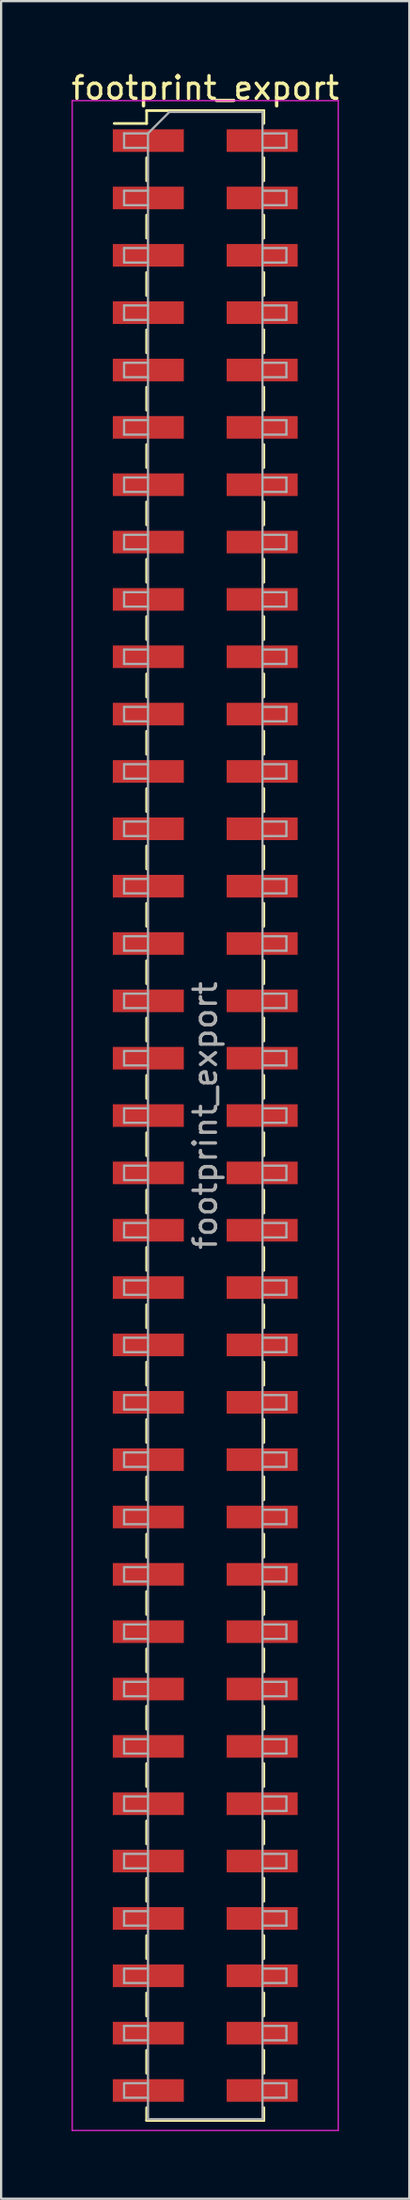
<source format=kicad_pcb>
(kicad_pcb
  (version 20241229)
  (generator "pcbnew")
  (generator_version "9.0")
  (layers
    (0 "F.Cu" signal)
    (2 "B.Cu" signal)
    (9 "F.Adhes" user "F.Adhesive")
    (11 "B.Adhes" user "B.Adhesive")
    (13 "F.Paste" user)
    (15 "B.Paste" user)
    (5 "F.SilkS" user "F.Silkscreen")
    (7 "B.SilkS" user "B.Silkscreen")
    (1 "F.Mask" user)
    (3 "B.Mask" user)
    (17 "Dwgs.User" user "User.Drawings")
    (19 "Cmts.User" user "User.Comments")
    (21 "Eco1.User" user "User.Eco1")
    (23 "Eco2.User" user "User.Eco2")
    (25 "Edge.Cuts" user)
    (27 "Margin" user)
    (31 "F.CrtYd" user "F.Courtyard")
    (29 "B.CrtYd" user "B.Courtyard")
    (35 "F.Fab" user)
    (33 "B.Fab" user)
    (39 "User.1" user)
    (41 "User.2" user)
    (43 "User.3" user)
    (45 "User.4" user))
  (footprint "footprint_export"
    (layer "F.Cu")
    (at 6.054 46.358)
    (property "Reference" "footprint_export" (at 0 -45.51 0) (layer "F.SilkS") (effects (font (size 1 1) (thickness 0.15))))
    (attr smd)
    (fp_line (start -4.04 -43.94) (end -2.6 -43.94) (stroke (width 0.12) (type solid)) (layer "F.SilkS"))
    (fp_line (start -2.6 -44.51) (end -2.6 -43.94) (stroke (width 0.12) (type solid)) (layer "F.SilkS"))
    (fp_line (start -2.6 -44.51) (end 2.6 -44.51) (stroke (width 0.12) (type solid)) (layer "F.SilkS"))
    (fp_line (start -2.6 -42.42) (end -2.6 -41.4) (stroke (width 0.12) (type solid)) (layer "F.SilkS"))
    (fp_line (start -2.6 -39.88) (end -2.6 -38.86) (stroke (width 0.12) (type solid)) (layer "F.SilkS"))
    (fp_line (start -2.6 -37.34) (end -2.6 -36.32) (stroke (width 0.12) (type solid)) (layer "F.SilkS"))
    (fp_line (start -2.6 -34.8) (end -2.6 -33.78) (stroke (width 0.12) (type solid)) (layer "F.SilkS"))
    (fp_line (start -2.6 -32.26) (end -2.6 -31.24) (stroke (width 0.12) (type solid)) (layer "F.SilkS"))
    (fp_line (start -2.6 -29.72) (end -2.6 -28.7) (stroke (width 0.12) (type solid)) (layer "F.SilkS"))
    (fp_line (start -2.6 -27.18) (end -2.6 -26.16) (stroke (width 0.12) (type solid)) (layer "F.SilkS"))
    (fp_line (start -2.6 -24.64) (end -2.6 -23.62) (stroke (width 0.12) (type solid)) (layer "F.SilkS"))
    (fp_line (start -2.6 -22.1) (end -2.6 -21.08) (stroke (width 0.12) (type solid)) (layer "F.SilkS"))
    (fp_line (start -2.6 -19.56) (end -2.6 -18.54) (stroke (width 0.12) (type solid)) (layer "F.SilkS"))
    (fp_line (start -2.6 -17.02) (end -2.6 -16) (stroke (width 0.12) (type solid)) (layer "F.SilkS"))
    (fp_line (start -2.6 -14.48) (end -2.6 -13.46) (stroke (width 0.12) (type solid)) (layer "F.SilkS"))
    (fp_line (start -2.6 -11.94) (end -2.6 -10.92) (stroke (width 0.12) (type solid)) (layer "F.SilkS"))
    (fp_line (start -2.6 -9.4) (end -2.6 -8.38) (stroke (width 0.12) (type solid)) (layer "F.SilkS"))
    (fp_line (start -2.6 -6.86) (end -2.6 -5.84) (stroke (width 0.12) (type solid)) (layer "F.SilkS"))
    (fp_line (start -2.6 -4.32) (end -2.6 -3.3) (stroke (width 0.12) (type solid)) (layer "F.SilkS"))
    (fp_line (start -2.6 -1.78) (end -2.6 -0.76) (stroke (width 0.12) (type solid)) (layer "F.SilkS"))
    (fp_line (start -2.6 0.76) (end -2.6 1.78) (stroke (width 0.12) (type solid)) (layer "F.SilkS"))
    (fp_line (start -2.6 3.3) (end -2.6 4.32) (stroke (width 0.12) (type solid)) (layer "F.SilkS"))
    (fp_line (start -2.6 5.84) (end -2.6 6.86) (stroke (width 0.12) (type solid)) (layer "F.SilkS"))
    (fp_line (start -2.6 8.38) (end -2.6 9.4) (stroke (width 0.12) (type solid)) (layer "F.SilkS"))
    (fp_line (start -2.6 10.92) (end -2.6 11.94) (stroke (width 0.12) (type solid)) (layer "F.SilkS"))
    (fp_line (start -2.6 13.46) (end -2.6 14.48) (stroke (width 0.12) (type solid)) (layer "F.SilkS"))
    (fp_line (start -2.6 16) (end -2.6 17.02) (stroke (width 0.12) (type solid)) (layer "F.SilkS"))
    (fp_line (start -2.6 18.54) (end -2.6 19.56) (stroke (width 0.12) (type solid)) (layer "F.SilkS"))
    (fp_line (start -2.6 21.08) (end -2.6 22.1) (stroke (width 0.12) (type solid)) (layer "F.SilkS"))
    (fp_line (start -2.6 23.62) (end -2.6 24.64) (stroke (width 0.12) (type solid)) (layer "F.SilkS"))
    (fp_line (start -2.6 26.16) (end -2.6 27.18) (stroke (width 0.12) (type solid)) (layer "F.SilkS"))
    (fp_line (start -2.6 28.7) (end -2.6 29.72) (stroke (width 0.12) (type solid)) (layer "F.SilkS"))
    (fp_line (start -2.6 31.24) (end -2.6 32.26) (stroke (width 0.12) (type solid)) (layer "F.SilkS"))
    (fp_line (start -2.6 33.78) (end -2.6 34.8) (stroke (width 0.12) (type solid)) (layer "F.SilkS"))
    (fp_line (start -2.6 36.32) (end -2.6 37.34) (stroke (width 0.12) (type solid)) (layer "F.SilkS"))
    (fp_line (start -2.6 38.86) (end -2.6 39.88) (stroke (width 0.12) (type solid)) (layer "F.SilkS"))
    (fp_line (start -2.6 41.4) (end -2.6 42.42) (stroke (width 0.12) (type solid)) (layer "F.SilkS"))
    (fp_line (start -2.6 43.94) (end -2.6 44.51) (stroke (width 0.12) (type solid)) (layer "F.SilkS"))
    (fp_line (start -2.6 44.51) (end 2.6 44.51) (stroke (width 0.12) (type solid)) (layer "F.SilkS"))
    (fp_line (start 2.6 -44.51) (end 2.6 -43.94) (stroke (width 0.12) (type solid)) (layer "F.SilkS"))
    (fp_line (start 2.6 -42.42) (end 2.6 -41.4) (stroke (width 0.12) (type solid)) (layer "F.SilkS"))
    (fp_line (start 2.6 -39.88) (end 2.6 -38.86) (stroke (width 0.12) (type solid)) (layer "F.SilkS"))
    (fp_line (start 2.6 -37.34) (end 2.6 -36.32) (stroke (width 0.12) (type solid)) (layer "F.SilkS"))
    (fp_line (start 2.6 -34.8) (end 2.6 -33.78) (stroke (width 0.12) (type solid)) (layer "F.SilkS"))
    (fp_line (start 2.6 -32.26) (end 2.6 -31.24) (stroke (width 0.12) (type solid)) (layer "F.SilkS"))
    (fp_line (start 2.6 -29.72) (end 2.6 -28.7) (stroke (width 0.12) (type solid)) (layer "F.SilkS"))
    (fp_line (start 2.6 -27.18) (end 2.6 -26.16) (stroke (width 0.12) (type solid)) (layer "F.SilkS"))
    (fp_line (start 2.6 -24.64) (end 2.6 -23.62) (stroke (width 0.12) (type solid)) (layer "F.SilkS"))
    (fp_line (start 2.6 -22.1) (end 2.6 -21.08) (stroke (width 0.12) (type solid)) (layer "F.SilkS"))
    (fp_line (start 2.6 -19.56) (end 2.6 -18.54) (stroke (width 0.12) (type solid)) (layer "F.SilkS"))
    (fp_line (start 2.6 -17.02) (end 2.6 -16) (stroke (width 0.12) (type solid)) (layer "F.SilkS"))
    (fp_line (start 2.6 -14.48) (end 2.6 -13.46) (stroke (width 0.12) (type solid)) (layer "F.SilkS"))
    (fp_line (start 2.6 -11.94) (end 2.6 -10.92) (stroke (width 0.12) (type solid)) (layer "F.SilkS"))
    (fp_line (start 2.6 -9.4) (end 2.6 -8.38) (stroke (width 0.12) (type solid)) (layer "F.SilkS"))
    (fp_line (start 2.6 -6.86) (end 2.6 -5.84) (stroke (width 0.12) (type solid)) (layer "F.SilkS"))
    (fp_line (start 2.6 -4.32) (end 2.6 -3.3) (stroke (width 0.12) (type solid)) (layer "F.SilkS"))
    (fp_line (start 2.6 -1.78) (end 2.6 -0.76) (stroke (width 0.12) (type solid)) (layer "F.SilkS"))
    (fp_line (start 2.6 0.76) (end 2.6 1.78) (stroke (width 0.12) (type solid)) (layer "F.SilkS"))
    (fp_line (start 2.6 3.3) (end 2.6 4.32) (stroke (width 0.12) (type solid)) (layer "F.SilkS"))
    (fp_line (start 2.6 5.84) (end 2.6 6.86) (stroke (width 0.12) (type solid)) (layer "F.SilkS"))
    (fp_line (start 2.6 8.38) (end 2.6 9.4) (stroke (width 0.12) (type solid)) (layer "F.SilkS"))
    (fp_line (start 2.6 10.92) (end 2.6 11.94) (stroke (width 0.12) (type solid)) (layer "F.SilkS"))
    (fp_line (start 2.6 13.46) (end 2.6 14.48) (stroke (width 0.12) (type solid)) (layer "F.SilkS"))
    (fp_line (start 2.6 16) (end 2.6 17.02) (stroke (width 0.12) (type solid)) (layer "F.SilkS"))
    (fp_line (start 2.6 18.54) (end 2.6 19.56) (stroke (width 0.12) (type solid)) (layer "F.SilkS"))
    (fp_line (start 2.6 21.08) (end 2.6 22.1) (stroke (width 0.12) (type solid)) (layer "F.SilkS"))
    (fp_line (start 2.6 23.62) (end 2.6 24.64) (stroke (width 0.12) (type solid)) (layer "F.SilkS"))
    (fp_line (start 2.6 26.16) (end 2.6 27.18) (stroke (width 0.12) (type solid)) (layer "F.SilkS"))
    (fp_line (start 2.6 28.7) (end 2.6 29.72) (stroke (width 0.12) (type solid)) (layer "F.SilkS"))
    (fp_line (start 2.6 31.24) (end 2.6 32.26) (stroke (width 0.12) (type solid)) (layer "F.SilkS"))
    (fp_line (start 2.6 33.78) (end 2.6 34.8) (stroke (width 0.12) (type solid)) (layer "F.SilkS"))
    (fp_line (start 2.6 36.32) (end 2.6 37.34) (stroke (width 0.12) (type solid)) (layer "F.SilkS"))
    (fp_line (start 2.6 38.86) (end 2.6 39.88) (stroke (width 0.12) (type solid)) (layer "F.SilkS"))
    (fp_line (start 2.6 41.4) (end 2.6 42.42) (stroke (width 0.12) (type solid)) (layer "F.SilkS"))
    (fp_line (start 2.6 43.94) (end 2.6 44.51) (stroke (width 0.12) (type solid)) (layer "F.SilkS"))
    (fp_line (start -5.9 -44.95) (end -5.9 44.95) (stroke (width 0.05) (type solid)) (layer "F.CrtYd"))
    (fp_line (start -5.9 44.95) (end 5.9 44.95) (stroke (width 0.05) (type solid)) (layer "F.CrtYd"))
    (fp_line (start 5.9 -44.95) (end -5.9 -44.95) (stroke (width 0.05) (type solid)) (layer "F.CrtYd"))
    (fp_line (start 5.9 44.95) (end 5.9 -44.95) (stroke (width 0.05) (type solid)) (layer "F.CrtYd"))
    (fp_line (start -3.6 -43.5) (end -3.6 -42.86) (stroke (width 0.1) (type solid)) (layer "F.Fab"))
    (fp_line (start -3.6 -42.86) (end -2.54 -42.86) (stroke (width 0.1) (type solid)) (layer "F.Fab"))
    (fp_line (start -3.6 -40.96) (end -3.6 -40.32) (stroke (width 0.1) (type solid)) (layer "F.Fab"))
    (fp_line (start -3.6 -40.32) (end -2.54 -40.32) (stroke (width 0.1) (type solid)) (layer "F.Fab"))
    (fp_line (start -3.6 -38.42) (end -3.6 -37.78) (stroke (width 0.1) (type solid)) (layer "F.Fab"))
    (fp_line (start -3.6 -37.78) (end -2.54 -37.78) (stroke (width 0.1) (type solid)) (layer "F.Fab"))
    (fp_line (start -3.6 -35.88) (end -3.6 -35.24) (stroke (width 0.1) (type solid)) (layer "F.Fab"))
    (fp_line (start -3.6 -35.24) (end -2.54 -35.24) (stroke (width 0.1) (type solid)) (layer "F.Fab"))
    (fp_line (start -3.6 -33.34) (end -3.6 -32.7) (stroke (width 0.1) (type solid)) (layer "F.Fab"))
    (fp_line (start -3.6 -32.7) (end -2.54 -32.7) (stroke (width 0.1) (type solid)) (layer "F.Fab"))
    (fp_line (start -3.6 -30.8) (end -3.6 -30.16) (stroke (width 0.1) (type solid)) (layer "F.Fab"))
    (fp_line (start -3.6 -30.16) (end -2.54 -30.16) (stroke (width 0.1) (type solid)) (layer "F.Fab"))
    (fp_line (start -3.6 -28.26) (end -3.6 -27.62) (stroke (width 0.1) (type solid)) (layer "F.Fab"))
    (fp_line (start -3.6 -27.62) (end -2.54 -27.62) (stroke (width 0.1) (type solid)) (layer "F.Fab"))
    (fp_line (start -3.6 -25.72) (end -3.6 -25.08) (stroke (width 0.1) (type solid)) (layer "F.Fab"))
    (fp_line (start -3.6 -25.08) (end -2.54 -25.08) (stroke (width 0.1) (type solid)) (layer "F.Fab"))
    (fp_line (start -3.6 -23.18) (end -3.6 -22.54) (stroke (width 0.1) (type solid)) (layer "F.Fab"))
    (fp_line (start -3.6 -22.54) (end -2.54 -22.54) (stroke (width 0.1) (type solid)) (layer "F.Fab"))
    (fp_line (start -3.6 -20.64) (end -3.6 -20) (stroke (width 0.1) (type solid)) (layer "F.Fab"))
    (fp_line (start -3.6 -20) (end -2.54 -20) (stroke (width 0.1) (type solid)) (layer "F.Fab"))
    (fp_line (start -3.6 -18.1) (end -3.6 -17.46) (stroke (width 0.1) (type solid)) (layer "F.Fab"))
    (fp_line (start -3.6 -17.46) (end -2.54 -17.46) (stroke (width 0.1) (type solid)) (layer "F.Fab"))
    (fp_line (start -3.6 -15.56) (end -3.6 -14.92) (stroke (width 0.1) (type solid)) (layer "F.Fab"))
    (fp_line (start -3.6 -14.92) (end -2.54 -14.92) (stroke (width 0.1) (type solid)) (layer "F.Fab"))
    (fp_line (start -3.6 -13.02) (end -3.6 -12.38) (stroke (width 0.1) (type solid)) (layer "F.Fab"))
    (fp_line (start -3.6 -12.38) (end -2.54 -12.38) (stroke (width 0.1) (type solid)) (layer "F.Fab"))
    (fp_line (start -3.6 -10.48) (end -3.6 -9.84) (stroke (width 0.1) (type solid)) (layer "F.Fab"))
    (fp_line (start -3.6 -9.84) (end -2.54 -9.84) (stroke (width 0.1) (type solid)) (layer "F.Fab"))
    (fp_line (start -3.6 -7.94) (end -3.6 -7.3) (stroke (width 0.1) (type solid)) (layer "F.Fab"))
    (fp_line (start -3.6 -7.3) (end -2.54 -7.3) (stroke (width 0.1) (type solid)) (layer "F.Fab"))
    (fp_line (start -3.6 -5.4) (end -3.6 -4.76) (stroke (width 0.1) (type solid)) (layer "F.Fab"))
    (fp_line (start -3.6 -4.76) (end -2.54 -4.76) (stroke (width 0.1) (type solid)) (layer "F.Fab"))
    (fp_line (start -3.6 -2.86) (end -3.6 -2.22) (stroke (width 0.1) (type solid)) (layer "F.Fab"))
    (fp_line (start -3.6 -2.22) (end -2.54 -2.22) (stroke (width 0.1) (type solid)) (layer "F.Fab"))
    (fp_line (start -3.6 -0.32) (end -3.6 0.32) (stroke (width 0.1) (type solid)) (layer "F.Fab"))
    (fp_line (start -3.6 0.32) (end -2.54 0.32) (stroke (width 0.1) (type solid)) (layer "F.Fab"))
    (fp_line (start -3.6 2.22) (end -3.6 2.86) (stroke (width 0.1) (type solid)) (layer "F.Fab"))
    (fp_line (start -3.6 2.86) (end -2.54 2.86) (stroke (width 0.1) (type solid)) (layer "F.Fab"))
    (fp_line (start -3.6 4.76) (end -3.6 5.4) (stroke (width 0.1) (type solid)) (layer "F.Fab"))
    (fp_line (start -3.6 5.4) (end -2.54 5.4) (stroke (width 0.1) (type solid)) (layer "F.Fab"))
    (fp_line (start -3.6 7.3) (end -3.6 7.94) (stroke (width 0.1) (type solid)) (layer "F.Fab"))
    (fp_line (start -3.6 7.94) (end -2.54 7.94) (stroke (width 0.1) (type solid)) (layer "F.Fab"))
    (fp_line (start -3.6 9.84) (end -3.6 10.48) (stroke (width 0.1) (type solid)) (layer "F.Fab"))
    (fp_line (start -3.6 10.48) (end -2.54 10.48) (stroke (width 0.1) (type solid)) (layer "F.Fab"))
    (fp_line (start -3.6 12.38) (end -3.6 13.02) (stroke (width 0.1) (type solid)) (layer "F.Fab"))
    (fp_line (start -3.6 13.02) (end -2.54 13.02) (stroke (width 0.1) (type solid)) (layer "F.Fab"))
    (fp_line (start -3.6 14.92) (end -3.6 15.56) (stroke (width 0.1) (type solid)) (layer "F.Fab"))
    (fp_line (start -3.6 15.56) (end -2.54 15.56) (stroke (width 0.1) (type solid)) (layer "F.Fab"))
    (fp_line (start -3.6 17.46) (end -3.6 18.1) (stroke (width 0.1) (type solid)) (layer "F.Fab"))
    (fp_line (start -3.6 18.1) (end -2.54 18.1) (stroke (width 0.1) (type solid)) (layer "F.Fab"))
    (fp_line (start -3.6 20) (end -3.6 20.64) (stroke (width 0.1) (type solid)) (layer "F.Fab"))
    (fp_line (start -3.6 20.64) (end -2.54 20.64) (stroke (width 0.1) (type solid)) (layer "F.Fab"))
    (fp_line (start -3.6 22.54) (end -3.6 23.18) (stroke (width 0.1) (type solid)) (layer "F.Fab"))
    (fp_line (start -3.6 23.18) (end -2.54 23.18) (stroke (width 0.1) (type solid)) (layer "F.Fab"))
    (fp_line (start -3.6 25.08) (end -3.6 25.72) (stroke (width 0.1) (type solid)) (layer "F.Fab"))
    (fp_line (start -3.6 25.72) (end -2.54 25.72) (stroke (width 0.1) (type solid)) (layer "F.Fab"))
    (fp_line (start -3.6 27.62) (end -3.6 28.26) (stroke (width 0.1) (type solid)) (layer "F.Fab"))
    (fp_line (start -3.6 28.26) (end -2.54 28.26) (stroke (width 0.1) (type solid)) (layer "F.Fab"))
    (fp_line (start -3.6 30.16) (end -3.6 30.8) (stroke (width 0.1) (type solid)) (layer "F.Fab"))
    (fp_line (start -3.6 30.8) (end -2.54 30.8) (stroke (width 0.1) (type solid)) (layer "F.Fab"))
    (fp_line (start -3.6 32.7) (end -3.6 33.34) (stroke (width 0.1) (type solid)) (layer "F.Fab"))
    (fp_line (start -3.6 33.34) (end -2.54 33.34) (stroke (width 0.1) (type solid)) (layer "F.Fab"))
    (fp_line (start -3.6 35.24) (end -3.6 35.88) (stroke (width 0.1) (type solid)) (layer "F.Fab"))
    (fp_line (start -3.6 35.88) (end -2.54 35.88) (stroke (width 0.1) (type solid)) (layer "F.Fab"))
    (fp_line (start -3.6 37.78) (end -3.6 38.42) (stroke (width 0.1) (type solid)) (layer "F.Fab"))
    (fp_line (start -3.6 38.42) (end -2.54 38.42) (stroke (width 0.1) (type solid)) (layer "F.Fab"))
    (fp_line (start -3.6 40.32) (end -3.6 40.96) (stroke (width 0.1) (type solid)) (layer "F.Fab"))
    (fp_line (start -3.6 40.96) (end -2.54 40.96) (stroke (width 0.1) (type solid)) (layer "F.Fab"))
    (fp_line (start -3.6 42.86) (end -3.6 43.5) (stroke (width 0.1) (type solid)) (layer "F.Fab"))
    (fp_line (start -3.6 43.5) (end -2.54 43.5) (stroke (width 0.1) (type solid)) (layer "F.Fab"))
    (fp_line (start -2.54 -43.5) (end -3.6 -43.5) (stroke (width 0.1) (type solid)) (layer "F.Fab"))
    (fp_line (start -2.54 -43.5) (end -1.59 -44.45) (stroke (width 0.1) (type solid)) (layer "F.Fab"))
    (fp_line (start -2.54 -40.96) (end -3.6 -40.96) (stroke (width 0.1) (type solid)) (layer "F.Fab"))
    (fp_line (start -2.54 -38.42) (end -3.6 -38.42) (stroke (width 0.1) (type solid)) (layer "F.Fab"))
    (fp_line (start -2.54 -35.88) (end -3.6 -35.88) (stroke (width 0.1) (type solid)) (layer "F.Fab"))
    (fp_line (start -2.54 -33.34) (end -3.6 -33.34) (stroke (width 0.1) (type solid)) (layer "F.Fab"))
    (fp_line (start -2.54 -30.8) (end -3.6 -30.8) (stroke (width 0.1) (type solid)) (layer "F.Fab"))
    (fp_line (start -2.54 -28.26) (end -3.6 -28.26) (stroke (width 0.1) (type solid)) (layer "F.Fab"))
    (fp_line (start -2.54 -25.72) (end -3.6 -25.72) (stroke (width 0.1) (type solid)) (layer "F.Fab"))
    (fp_line (start -2.54 -23.18) (end -3.6 -23.18) (stroke (width 0.1) (type solid)) (layer "F.Fab"))
    (fp_line (start -2.54 -20.64) (end -3.6 -20.64) (stroke (width 0.1) (type solid)) (layer "F.Fab"))
    (fp_line (start -2.54 -18.1) (end -3.6 -18.1) (stroke (width 0.1) (type solid)) (layer "F.Fab"))
    (fp_line (start -2.54 -15.56) (end -3.6 -15.56) (stroke (width 0.1) (type solid)) (layer "F.Fab"))
    (fp_line (start -2.54 -13.02) (end -3.6 -13.02) (stroke (width 0.1) (type solid)) (layer "F.Fab"))
    (fp_line (start -2.54 -10.48) (end -3.6 -10.48) (stroke (width 0.1) (type solid)) (layer "F.Fab"))
    (fp_line (start -2.54 -7.94) (end -3.6 -7.94) (stroke (width 0.1) (type solid)) (layer "F.Fab"))
    (fp_line (start -2.54 -5.4) (end -3.6 -5.4) (stroke (width 0.1) (type solid)) (layer "F.Fab"))
    (fp_line (start -2.54 -2.86) (end -3.6 -2.86) (stroke (width 0.1) (type solid)) (layer "F.Fab"))
    (fp_line (start -2.54 -0.32) (end -3.6 -0.32) (stroke (width 0.1) (type solid)) (layer "F.Fab"))
    (fp_line (start -2.54 2.22) (end -3.6 2.22) (stroke (width 0.1) (type solid)) (layer "F.Fab"))
    (fp_line (start -2.54 4.76) (end -3.6 4.76) (stroke (width 0.1) (type solid)) (layer "F.Fab"))
    (fp_line (start -2.54 7.3) (end -3.6 7.3) (stroke (width 0.1) (type solid)) (layer "F.Fab"))
    (fp_line (start -2.54 9.84) (end -3.6 9.84) (stroke (width 0.1) (type solid)) (layer "F.Fab"))
    (fp_line (start -2.54 12.38) (end -3.6 12.38) (stroke (width 0.1) (type solid)) (layer "F.Fab"))
    (fp_line (start -2.54 14.92) (end -3.6 14.92) (stroke (width 0.1) (type solid)) (layer "F.Fab"))
    (fp_line (start -2.54 17.46) (end -3.6 17.46) (stroke (width 0.1) (type solid)) (layer "F.Fab"))
    (fp_line (start -2.54 20) (end -3.6 20) (stroke (width 0.1) (type solid)) (layer "F.Fab"))
    (fp_line (start -2.54 22.54) (end -3.6 22.54) (stroke (width 0.1) (type solid)) (layer "F.Fab"))
    (fp_line (start -2.54 25.08) (end -3.6 25.08) (stroke (width 0.1) (type solid)) (layer "F.Fab"))
    (fp_line (start -2.54 27.62) (end -3.6 27.62) (stroke (width 0.1) (type solid)) (layer "F.Fab"))
    (fp_line (start -2.54 30.16) (end -3.6 30.16) (stroke (width 0.1) (type solid)) (layer "F.Fab"))
    (fp_line (start -2.54 32.7) (end -3.6 32.7) (stroke (width 0.1) (type solid)) (layer "F.Fab"))
    (fp_line (start -2.54 35.24) (end -3.6 35.24) (stroke (width 0.1) (type solid)) (layer "F.Fab"))
    (fp_line (start -2.54 37.78) (end -3.6 37.78) (stroke (width 0.1) (type solid)) (layer "F.Fab"))
    (fp_line (start -2.54 40.32) (end -3.6 40.32) (stroke (width 0.1) (type solid)) (layer "F.Fab"))
    (fp_line (start -2.54 42.86) (end -3.6 42.86) (stroke (width 0.1) (type solid)) (layer "F.Fab"))
    (fp_line (start -2.54 44.45) (end -2.54 -43.5) (stroke (width 0.1) (type solid)) (layer "F.Fab"))
    (fp_line (start -1.59 -44.45) (end 2.54 -44.45) (stroke (width 0.1) (type solid)) (layer "F.Fab"))
    (fp_line (start 2.54 -44.45) (end 2.54 44.45) (stroke (width 0.1) (type solid)) (layer "F.Fab"))
    (fp_line (start 2.54 -43.5) (end 3.6 -43.5) (stroke (width 0.1) (type solid)) (layer "F.Fab"))
    (fp_line (start 2.54 -40.96) (end 3.6 -40.96) (stroke (width 0.1) (type solid)) (layer "F.Fab"))
    (fp_line (start 2.54 -38.42) (end 3.6 -38.42) (stroke (width 0.1) (type solid)) (layer "F.Fab"))
    (fp_line (start 2.54 -35.88) (end 3.6 -35.88) (stroke (width 0.1) (type solid)) (layer "F.Fab"))
    (fp_line (start 2.54 -33.34) (end 3.6 -33.34) (stroke (width 0.1) (type solid)) (layer "F.Fab"))
    (fp_line (start 2.54 -30.8) (end 3.6 -30.8) (stroke (width 0.1) (type solid)) (layer "F.Fab"))
    (fp_line (start 2.54 -28.26) (end 3.6 -28.26) (stroke (width 0.1) (type solid)) (layer "F.Fab"))
    (fp_line (start 2.54 -25.72) (end 3.6 -25.72) (stroke (width 0.1) (type solid)) (layer "F.Fab"))
    (fp_line (start 2.54 -23.18) (end 3.6 -23.18) (stroke (width 0.1) (type solid)) (layer "F.Fab"))
    (fp_line (start 2.54 -20.64) (end 3.6 -20.64) (stroke (width 0.1) (type solid)) (layer "F.Fab"))
    (fp_line (start 2.54 -18.1) (end 3.6 -18.1) (stroke (width 0.1) (type solid)) (layer "F.Fab"))
    (fp_line (start 2.54 -15.56) (end 3.6 -15.56) (stroke (width 0.1) (type solid)) (layer "F.Fab"))
    (fp_line (start 2.54 -13.02) (end 3.6 -13.02) (stroke (width 0.1) (type solid)) (layer "F.Fab"))
    (fp_line (start 2.54 -10.48) (end 3.6 -10.48) (stroke (width 0.1) (type solid)) (layer "F.Fab"))
    (fp_line (start 2.54 -7.94) (end 3.6 -7.94) (stroke (width 0.1) (type solid)) (layer "F.Fab"))
    (fp_line (start 2.54 -5.4) (end 3.6 -5.4) (stroke (width 0.1) (type solid)) (layer "F.Fab"))
    (fp_line (start 2.54 -2.86) (end 3.6 -2.86) (stroke (width 0.1) (type solid)) (layer "F.Fab"))
    (fp_line (start 2.54 -0.32) (end 3.6 -0.32) (stroke (width 0.1) (type solid)) (layer "F.Fab"))
    (fp_line (start 2.54 2.22) (end 3.6 2.22) (stroke (width 0.1) (type solid)) (layer "F.Fab"))
    (fp_line (start 2.54 4.76) (end 3.6 4.76) (stroke (width 0.1) (type solid)) (layer "F.Fab"))
    (fp_line (start 2.54 7.3) (end 3.6 7.3) (stroke (width 0.1) (type solid)) (layer "F.Fab"))
    (fp_line (start 2.54 9.84) (end 3.6 9.84) (stroke (width 0.1) (type solid)) (layer "F.Fab"))
    (fp_line (start 2.54 12.38) (end 3.6 12.38) (stroke (width 0.1) (type solid)) (layer "F.Fab"))
    (fp_line (start 2.54 14.92) (end 3.6 14.92) (stroke (width 0.1) (type solid)) (layer "F.Fab"))
    (fp_line (start 2.54 17.46) (end 3.6 17.46) (stroke (width 0.1) (type solid)) (layer "F.Fab"))
    (fp_line (start 2.54 20) (end 3.6 20) (stroke (width 0.1) (type solid)) (layer "F.Fab"))
    (fp_line (start 2.54 22.54) (end 3.6 22.54) (stroke (width 0.1) (type solid)) (layer "F.Fab"))
    (fp_line (start 2.54 25.08) (end 3.6 25.08) (stroke (width 0.1) (type solid)) (layer "F.Fab"))
    (fp_line (start 2.54 27.62) (end 3.6 27.62) (stroke (width 0.1) (type solid)) (layer "F.Fab"))
    (fp_line (start 2.54 30.16) (end 3.6 30.16) (stroke (width 0.1) (type solid)) (layer "F.Fab"))
    (fp_line (start 2.54 32.7) (end 3.6 32.7) (stroke (width 0.1) (type solid)) (layer "F.Fab"))
    (fp_line (start 2.54 35.24) (end 3.6 35.24) (stroke (width 0.1) (type solid)) (layer "F.Fab"))
    (fp_line (start 2.54 37.78) (end 3.6 37.78) (stroke (width 0.1) (type solid)) (layer "F.Fab"))
    (fp_line (start 2.54 40.32) (end 3.6 40.32) (stroke (width 0.1) (type solid)) (layer "F.Fab"))
    (fp_line (start 2.54 42.86) (end 3.6 42.86) (stroke (width 0.1) (type solid)) (layer "F.Fab"))
    (fp_line (start 2.54 44.45) (end -2.54 44.45) (stroke (width 0.1) (type solid)) (layer "F.Fab"))
    (fp_line (start 3.6 -43.5) (end 3.6 -42.86) (stroke (width 0.1) (type solid)) (layer "F.Fab"))
    (fp_line (start 3.6 -42.86) (end 2.54 -42.86) (stroke (width 0.1) (type solid)) (layer "F.Fab"))
    (fp_line (start 3.6 -40.96) (end 3.6 -40.32) (stroke (width 0.1) (type solid)) (layer "F.Fab"))
    (fp_line (start 3.6 -40.32) (end 2.54 -40.32) (stroke (width 0.1) (type solid)) (layer "F.Fab"))
    (fp_line (start 3.6 -38.42) (end 3.6 -37.78) (stroke (width 0.1) (type solid)) (layer "F.Fab"))
    (fp_line (start 3.6 -37.78) (end 2.54 -37.78) (stroke (width 0.1) (type solid)) (layer "F.Fab"))
    (fp_line (start 3.6 -35.88) (end 3.6 -35.24) (stroke (width 0.1) (type solid)) (layer "F.Fab"))
    (fp_line (start 3.6 -35.24) (end 2.54 -35.24) (stroke (width 0.1) (type solid)) (layer "F.Fab"))
    (fp_line (start 3.6 -33.34) (end 3.6 -32.7) (stroke (width 0.1) (type solid)) (layer "F.Fab"))
    (fp_line (start 3.6 -32.7) (end 2.54 -32.7) (stroke (width 0.1) (type solid)) (layer "F.Fab"))
    (fp_line (start 3.6 -30.8) (end 3.6 -30.16) (stroke (width 0.1) (type solid)) (layer "F.Fab"))
    (fp_line (start 3.6 -30.16) (end 2.54 -30.16) (stroke (width 0.1) (type solid)) (layer "F.Fab"))
    (fp_line (start 3.6 -28.26) (end 3.6 -27.62) (stroke (width 0.1) (type solid)) (layer "F.Fab"))
    (fp_line (start 3.6 -27.62) (end 2.54 -27.62) (stroke (width 0.1) (type solid)) (layer "F.Fab"))
    (fp_line (start 3.6 -25.72) (end 3.6 -25.08) (stroke (width 0.1) (type solid)) (layer "F.Fab"))
    (fp_line (start 3.6 -25.08) (end 2.54 -25.08) (stroke (width 0.1) (type solid)) (layer "F.Fab"))
    (fp_line (start 3.6 -23.18) (end 3.6 -22.54) (stroke (width 0.1) (type solid)) (layer "F.Fab"))
    (fp_line (start 3.6 -22.54) (end 2.54 -22.54) (stroke (width 0.1) (type solid)) (layer "F.Fab"))
    (fp_line (start 3.6 -20.64) (end 3.6 -20) (stroke (width 0.1) (type solid)) (layer "F.Fab"))
    (fp_line (start 3.6 -20) (end 2.54 -20) (stroke (width 0.1) (type solid)) (layer "F.Fab"))
    (fp_line (start 3.6 -18.1) (end 3.6 -17.46) (stroke (width 0.1) (type solid)) (layer "F.Fab"))
    (fp_line (start 3.6 -17.46) (end 2.54 -17.46) (stroke (width 0.1) (type solid)) (layer "F.Fab"))
    (fp_line (start 3.6 -15.56) (end 3.6 -14.92) (stroke (width 0.1) (type solid)) (layer "F.Fab"))
    (fp_line (start 3.6 -14.92) (end 2.54 -14.92) (stroke (width 0.1) (type solid)) (layer "F.Fab"))
    (fp_line (start 3.6 -13.02) (end 3.6 -12.38) (stroke (width 0.1) (type solid)) (layer "F.Fab"))
    (fp_line (start 3.6 -12.38) (end 2.54 -12.38) (stroke (width 0.1) (type solid)) (layer "F.Fab"))
    (fp_line (start 3.6 -10.48) (end 3.6 -9.84) (stroke (width 0.1) (type solid)) (layer "F.Fab"))
    (fp_line (start 3.6 -9.84) (end 2.54 -9.84) (stroke (width 0.1) (type solid)) (layer "F.Fab"))
    (fp_line (start 3.6 -7.94) (end 3.6 -7.3) (stroke (width 0.1) (type solid)) (layer "F.Fab"))
    (fp_line (start 3.6 -7.3) (end 2.54 -7.3) (stroke (width 0.1) (type solid)) (layer "F.Fab"))
    (fp_line (start 3.6 -5.4) (end 3.6 -4.76) (stroke (width 0.1) (type solid)) (layer "F.Fab"))
    (fp_line (start 3.6 -4.76) (end 2.54 -4.76) (stroke (width 0.1) (type solid)) (layer "F.Fab"))
    (fp_line (start 3.6 -2.86) (end 3.6 -2.22) (stroke (width 0.1) (type solid)) (layer "F.Fab"))
    (fp_line (start 3.6 -2.22) (end 2.54 -2.22) (stroke (width 0.1) (type solid)) (layer "F.Fab"))
    (fp_line (start 3.6 -0.32) (end 3.6 0.32) (stroke (width 0.1) (type solid)) (layer "F.Fab"))
    (fp_line (start 3.6 0.32) (end 2.54 0.32) (stroke (width 0.1) (type solid)) (layer "F.Fab"))
    (fp_line (start 3.6 2.22) (end 3.6 2.86) (stroke (width 0.1) (type solid)) (layer "F.Fab"))
    (fp_line (start 3.6 2.86) (end 2.54 2.86) (stroke (width 0.1) (type solid)) (layer "F.Fab"))
    (fp_line (start 3.6 4.76) (end 3.6 5.4) (stroke (width 0.1) (type solid)) (layer "F.Fab"))
    (fp_line (start 3.6 5.4) (end 2.54 5.4) (stroke (width 0.1) (type solid)) (layer "F.Fab"))
    (fp_line (start 3.6 7.3) (end 3.6 7.94) (stroke (width 0.1) (type solid)) (layer "F.Fab"))
    (fp_line (start 3.6 7.94) (end 2.54 7.94) (stroke (width 0.1) (type solid)) (layer "F.Fab"))
    (fp_line (start 3.6 9.84) (end 3.6 10.48) (stroke (width 0.1) (type solid)) (layer "F.Fab"))
    (fp_line (start 3.6 10.48) (end 2.54 10.48) (stroke (width 0.1) (type solid)) (layer "F.Fab"))
    (fp_line (start 3.6 12.38) (end 3.6 13.02) (stroke (width 0.1) (type solid)) (layer "F.Fab"))
    (fp_line (start 3.6 13.02) (end 2.54 13.02) (stroke (width 0.1) (type solid)) (layer "F.Fab"))
    (fp_line (start 3.6 14.92) (end 3.6 15.56) (stroke (width 0.1) (type solid)) (layer "F.Fab"))
    (fp_line (start 3.6 15.56) (end 2.54 15.56) (stroke (width 0.1) (type solid)) (layer "F.Fab"))
    (fp_line (start 3.6 17.46) (end 3.6 18.1) (stroke (width 0.1) (type solid)) (layer "F.Fab"))
    (fp_line (start 3.6 18.1) (end 2.54 18.1) (stroke (width 0.1) (type solid)) (layer "F.Fab"))
    (fp_line (start 3.6 20) (end 3.6 20.64) (stroke (width 0.1) (type solid)) (layer "F.Fab"))
    (fp_line (start 3.6 20.64) (end 2.54 20.64) (stroke (width 0.1) (type solid)) (layer "F.Fab"))
    (fp_line (start 3.6 22.54) (end 3.6 23.18) (stroke (width 0.1) (type solid)) (layer "F.Fab"))
    (fp_line (start 3.6 23.18) (end 2.54 23.18) (stroke (width 0.1) (type solid)) (layer "F.Fab"))
    (fp_line (start 3.6 25.08) (end 3.6 25.72) (stroke (width 0.1) (type solid)) (layer "F.Fab"))
    (fp_line (start 3.6 25.72) (end 2.54 25.72) (stroke (width 0.1) (type solid)) (layer "F.Fab"))
    (fp_line (start 3.6 27.62) (end 3.6 28.26) (stroke (width 0.1) (type solid)) (layer "F.Fab"))
    (fp_line (start 3.6 28.26) (end 2.54 28.26) (stroke (width 0.1) (type solid)) (layer "F.Fab"))
    (fp_line (start 3.6 30.16) (end 3.6 30.8) (stroke (width 0.1) (type solid)) (layer "F.Fab"))
    (fp_line (start 3.6 30.8) (end 2.54 30.8) (stroke (width 0.1) (type solid)) (layer "F.Fab"))
    (fp_line (start 3.6 32.7) (end 3.6 33.34) (stroke (width 0.1) (type solid)) (layer "F.Fab"))
    (fp_line (start 3.6 33.34) (end 2.54 33.34) (stroke (width 0.1) (type solid)) (layer "F.Fab"))
    (fp_line (start 3.6 35.24) (end 3.6 35.88) (stroke (width 0.1) (type solid)) (layer "F.Fab"))
    (fp_line (start 3.6 35.88) (end 2.54 35.88) (stroke (width 0.1) (type solid)) (layer "F.Fab"))
    (fp_line (start 3.6 37.78) (end 3.6 38.42) (stroke (width 0.1) (type solid)) (layer "F.Fab"))
    (fp_line (start 3.6 38.42) (end 2.54 38.42) (stroke (width 0.1) (type solid)) (layer "F.Fab"))
    (fp_line (start 3.6 40.32) (end 3.6 40.96) (stroke (width 0.1) (type solid)) (layer "F.Fab"))
    (fp_line (start 3.6 40.96) (end 2.54 40.96) (stroke (width 0.1) (type solid)) (layer "F.Fab"))
    (fp_line (start 3.6 42.86) (end 3.6 43.5) (stroke (width 0.1) (type solid)) (layer "F.Fab"))
    (fp_line (start 3.6 43.5) (end 2.54 43.5) (stroke (width 0.1) (type solid)) (layer "F.Fab"))
    (fp_text user "${REFERENCE}" (at 0 0 90) (layer "F.Fab") (effects (font (size 1 1) (thickness 0.15))))
    (pad "1" smd rect (at -2.525 -43.18) (size 3.15 1) (layers "F.Cu" "F.Mask" "F.Paste"))
    (pad "2" smd rect (at 2.525 -43.18) (size 3.15 1) (layers "F.Cu" "F.Mask" "F.Paste"))
    (pad "3" smd rect (at -2.525 -40.64) (size 3.15 1) (layers "F.Cu" "F.Mask" "F.Paste"))
    (pad "4" smd rect (at 2.525 -40.64) (size 3.15 1) (layers "F.Cu" "F.Mask" "F.Paste"))
    (pad "5" smd rect (at -2.525 -38.1) (size 3.15 1) (layers "F.Cu" "F.Mask" "F.Paste"))
    (pad "6" smd rect (at 2.525 -38.1) (size 3.15 1) (layers "F.Cu" "F.Mask" "F.Paste"))
    (pad "7" smd rect (at -2.525 -35.56) (size 3.15 1) (layers "F.Cu" "F.Mask" "F.Paste"))
    (pad "8" smd rect (at 2.525 -35.56) (size 3.15 1) (layers "F.Cu" "F.Mask" "F.Paste"))
    (pad "9" smd rect (at -2.525 -33.02) (size 3.15 1) (layers "F.Cu" "F.Mask" "F.Paste"))
    (pad "10" smd rect (at 2.525 -33.02) (size 3.15 1) (layers "F.Cu" "F.Mask" "F.Paste"))
    (pad "11" smd rect (at -2.525 -30.48) (size 3.15 1) (layers "F.Cu" "F.Mask" "F.Paste"))
    (pad "12" smd rect (at 2.525 -30.48) (size 3.15 1) (layers "F.Cu" "F.Mask" "F.Paste"))
    (pad "13" smd rect (at -2.525 -27.94) (size 3.15 1) (layers "F.Cu" "F.Mask" "F.Paste"))
    (pad "14" smd rect (at 2.525 -27.94) (size 3.15 1) (layers "F.Cu" "F.Mask" "F.Paste"))
    (pad "15" smd rect (at -2.525 -25.4) (size 3.15 1) (layers "F.Cu" "F.Mask" "F.Paste"))
    (pad "16" smd rect (at 2.525 -25.4) (size 3.15 1) (layers "F.Cu" "F.Mask" "F.Paste"))
    (pad "17" smd rect (at -2.525 -22.86) (size 3.15 1) (layers "F.Cu" "F.Mask" "F.Paste"))
    (pad "18" smd rect (at 2.525 -22.86) (size 3.15 1) (layers "F.Cu" "F.Mask" "F.Paste"))
    (pad "19" smd rect (at -2.525 -20.32) (size 3.15 1) (layers "F.Cu" "F.Mask" "F.Paste"))
    (pad "20" smd rect (at 2.525 -20.32) (size 3.15 1) (layers "F.Cu" "F.Mask" "F.Paste"))
    (pad "21" smd rect (at -2.525 -17.78) (size 3.15 1) (layers "F.Cu" "F.Mask" "F.Paste"))
    (pad "22" smd rect (at 2.525 -17.78) (size 3.15 1) (layers "F.Cu" "F.Mask" "F.Paste"))
    (pad "23" smd rect (at -2.525 -15.24) (size 3.15 1) (layers "F.Cu" "F.Mask" "F.Paste"))
    (pad "24" smd rect (at 2.525 -15.24) (size 3.15 1) (layers "F.Cu" "F.Mask" "F.Paste"))
    (pad "25" smd rect (at -2.525 -12.7) (size 3.15 1) (layers "F.Cu" "F.Mask" "F.Paste"))
    (pad "26" smd rect (at 2.525 -12.7) (size 3.15 1) (layers "F.Cu" "F.Mask" "F.Paste"))
    (pad "27" smd rect (at -2.525 -10.16) (size 3.15 1) (layers "F.Cu" "F.Mask" "F.Paste"))
    (pad "28" smd rect (at 2.525 -10.16) (size 3.15 1) (layers "F.Cu" "F.Mask" "F.Paste"))
    (pad "29" smd rect (at -2.525 -7.62) (size 3.15 1) (layers "F.Cu" "F.Mask" "F.Paste"))
    (pad "30" smd rect (at 2.525 -7.62) (size 3.15 1) (layers "F.Cu" "F.Mask" "F.Paste"))
    (pad "31" smd rect (at -2.525 -5.08) (size 3.15 1) (layers "F.Cu" "F.Mask" "F.Paste"))
    (pad "32" smd rect (at 2.525 -5.08) (size 3.15 1) (layers "F.Cu" "F.Mask" "F.Paste"))
    (pad "33" smd rect (at -2.525 -2.54) (size 3.15 1) (layers "F.Cu" "F.Mask" "F.Paste"))
    (pad "34" smd rect (at 2.525 -2.54) (size 3.15 1) (layers "F.Cu" "F.Mask" "F.Paste"))
    (pad "35" smd rect (at -2.525 0) (size 3.15 1) (layers "F.Cu" "F.Mask" "F.Paste"))
    (pad "36" smd rect (at 2.525 0) (size 3.15 1) (layers "F.Cu" "F.Mask" "F.Paste"))
    (pad "37" smd rect (at -2.525 2.54) (size 3.15 1) (layers "F.Cu" "F.Mask" "F.Paste"))
    (pad "38" smd rect (at 2.525 2.54) (size 3.15 1) (layers "F.Cu" "F.Mask" "F.Paste"))
    (pad "39" smd rect (at -2.525 5.08) (size 3.15 1) (layers "F.Cu" "F.Mask" "F.Paste"))
    (pad "40" smd rect (at 2.525 5.08) (size 3.15 1) (layers "F.Cu" "F.Mask" "F.Paste"))
    (pad "41" smd rect (at -2.525 7.62) (size 3.15 1) (layers "F.Cu" "F.Mask" "F.Paste"))
    (pad "42" smd rect (at 2.525 7.62) (size 3.15 1) (layers "F.Cu" "F.Mask" "F.Paste"))
    (pad "43" smd rect (at -2.525 10.16) (size 3.15 1) (layers "F.Cu" "F.Mask" "F.Paste"))
    (pad "44" smd rect (at 2.525 10.16) (size 3.15 1) (layers "F.Cu" "F.Mask" "F.Paste"))
    (pad "45" smd rect (at -2.525 12.7) (size 3.15 1) (layers "F.Cu" "F.Mask" "F.Paste"))
    (pad "46" smd rect (at 2.525 12.7) (size 3.15 1) (layers "F.Cu" "F.Mask" "F.Paste"))
    (pad "47" smd rect (at -2.525 15.24) (size 3.15 1) (layers "F.Cu" "F.Mask" "F.Paste"))
    (pad "48" smd rect (at 2.525 15.24) (size 3.15 1) (layers "F.Cu" "F.Mask" "F.Paste"))
    (pad "49" smd rect (at -2.525 17.78) (size 3.15 1) (layers "F.Cu" "F.Mask" "F.Paste"))
    (pad "50" smd rect (at 2.525 17.78) (size 3.15 1) (layers "F.Cu" "F.Mask" "F.Paste"))
    (pad "51" smd rect (at -2.525 20.32) (size 3.15 1) (layers "F.Cu" "F.Mask" "F.Paste"))
    (pad "52" smd rect (at 2.525 20.32) (size 3.15 1) (layers "F.Cu" "F.Mask" "F.Paste"))
    (pad "53" smd rect (at -2.525 22.86) (size 3.15 1) (layers "F.Cu" "F.Mask" "F.Paste"))
    (pad "54" smd rect (at 2.525 22.86) (size 3.15 1) (layers "F.Cu" "F.Mask" "F.Paste"))
    (pad "55" smd rect (at -2.525 25.4) (size 3.15 1) (layers "F.Cu" "F.Mask" "F.Paste"))
    (pad "56" smd rect (at 2.525 25.4) (size 3.15 1) (layers "F.Cu" "F.Mask" "F.Paste"))
    (pad "57" smd rect (at -2.525 27.94) (size 3.15 1) (layers "F.Cu" "F.Mask" "F.Paste"))
    (pad "58" smd rect (at 2.525 27.94) (size 3.15 1) (layers "F.Cu" "F.Mask" "F.Paste"))
    (pad "59" smd rect (at -2.525 30.48) (size 3.15 1) (layers "F.Cu" "F.Mask" "F.Paste"))
    (pad "60" smd rect (at 2.525 30.48) (size 3.15 1) (layers "F.Cu" "F.Mask" "F.Paste"))
    (pad "61" smd rect (at -2.525 33.02) (size 3.15 1) (layers "F.Cu" "F.Mask" "F.Paste"))
    (pad "62" smd rect (at 2.525 33.02) (size 3.15 1) (layers "F.Cu" "F.Mask" "F.Paste"))
    (pad "63" smd rect (at -2.525 35.56) (size 3.15 1) (layers "F.Cu" "F.Mask" "F.Paste"))
    (pad "64" smd rect (at 2.525 35.56) (size 3.15 1) (layers "F.Cu" "F.Mask" "F.Paste"))
    (pad "65" smd rect (at -2.525 38.1) (size 3.15 1) (layers "F.Cu" "F.Mask" "F.Paste"))
    (pad "66" smd rect (at 2.525 38.1) (size 3.15 1) (layers "F.Cu" "F.Mask" "F.Paste"))
    (pad "67" smd rect (at -2.525 40.64) (size 3.15 1) (layers "F.Cu" "F.Mask" "F.Paste"))
    (pad "68" smd rect (at 2.525 40.64) (size 3.15 1) (layers "F.Cu" "F.Mask" "F.Paste"))
    (pad "69" smd rect (at -2.525 43.18) (size 3.15 1) (layers "F.Cu" "F.Mask" "F.Paste"))
    (pad "70" smd rect (at 2.525 43.18) (size 3.15 1) (layers "F.Cu" "F.Mask" "F.Paste")))
  (gr_rect
    (start -3 -3)
    (end 15.107 94.333)
    (stroke (width 0.1) (type default))
    (fill no)
    (layer "Edge.Cuts")))
</source>
